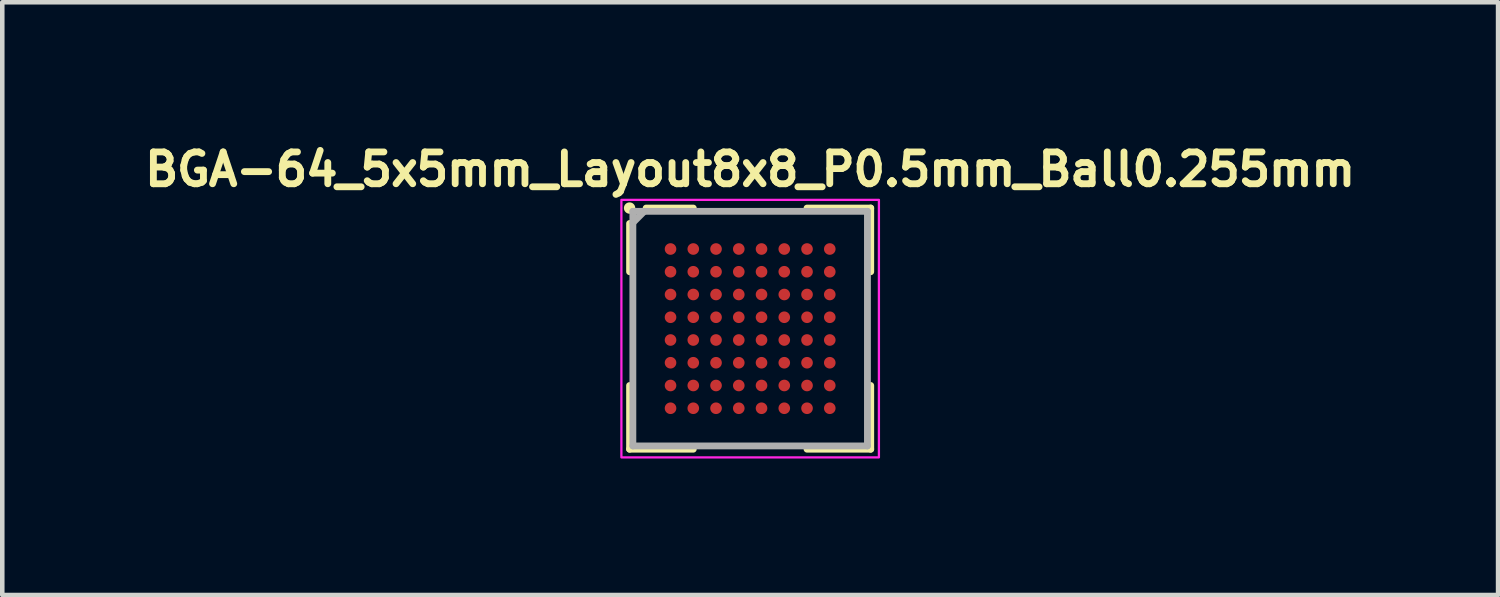
<source format=kicad_pcb>
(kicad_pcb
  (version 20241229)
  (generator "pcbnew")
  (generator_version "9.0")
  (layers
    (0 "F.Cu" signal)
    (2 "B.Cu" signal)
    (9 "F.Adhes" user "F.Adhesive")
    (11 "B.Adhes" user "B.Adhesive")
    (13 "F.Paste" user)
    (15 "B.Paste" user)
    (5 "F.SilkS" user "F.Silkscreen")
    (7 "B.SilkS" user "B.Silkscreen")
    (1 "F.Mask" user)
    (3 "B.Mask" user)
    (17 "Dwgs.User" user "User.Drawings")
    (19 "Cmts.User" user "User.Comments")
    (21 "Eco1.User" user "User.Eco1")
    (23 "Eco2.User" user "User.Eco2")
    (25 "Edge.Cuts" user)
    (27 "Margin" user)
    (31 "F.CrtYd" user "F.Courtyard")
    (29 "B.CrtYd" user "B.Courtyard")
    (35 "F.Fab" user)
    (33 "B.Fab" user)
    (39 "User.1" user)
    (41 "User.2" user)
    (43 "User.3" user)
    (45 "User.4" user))
  (footprint "BGA-64_5x5mm_Layout8x8_P0.5mm_Ball0.255mm"
    (layer "F.Cu")
    (at 13.438 4.173)
    (property "Reference" "BGA-64_5x5mm_Layout8x8_P0.5mm_Ball0.255mm" (at 0 -3.5 0) (layer "F.SilkS") (effects (font (size 0.7 0.7) (thickness 0.15))))
    (attr smd)
    (fp_line (start -2.65 -1.25) (end -2.65 -2.311) (stroke (width 0.15) (type solid)) (layer "F.SilkS"))
    (fp_line (start -2.65 2.65) (end -2.65 1.25) (stroke (width 0.15) (type solid)) (layer "F.SilkS"))
    (fp_line (start -2.286 -2.65) (end -1.25 -2.65) (stroke (width 0.15) (type solid)) (layer "F.SilkS"))
    (fp_line (start -1.25 2.65) (end -2.65 2.65) (stroke (width 0.15) (type solid)) (layer "F.SilkS"))
    (fp_line (start 1.25 -2.65) (end 2.65 -2.65) (stroke (width 0.15) (type solid)) (layer "F.SilkS"))
    (fp_line (start 2.65 -2.65) (end 2.65 -1.25) (stroke (width 0.15) (type solid)) (layer "F.SilkS"))
    (fp_line (start 2.65 1.25) (end 2.65 2.65) (stroke (width 0.15) (type solid)) (layer "F.SilkS"))
    (fp_line (start 2.65 2.65) (end 1.25 2.65) (stroke (width 0.15) (type solid)) (layer "F.SilkS"))
    (fp_circle (center -2.65 -2.65) (end -2.6 -2.65) (stroke (width 0.15) (type solid)) (fill yes) (layer "F.SilkS"))
    (fp_rect (start 2.83 2.83) (end -2.83 -2.83) (stroke (width 0.05) (type solid)) (fill no) (layer "F.CrtYd"))
    (fp_line (start -2.578 -2.578) (end -2.578 2.578) (stroke (width 0.15) (type solid)) (layer "F.Fab"))
    (fp_line (start -2.578 2.578) (end 2.578 2.578) (stroke (width 0.15) (type solid)) (layer "F.Fab"))
    (fp_line (start -2.328 -2.578) (end -2.578 -2.328) (stroke (width 0.15) (type solid)) (layer "F.Fab"))
    (fp_line (start 2.578 -2.578) (end -2.578 -2.578) (stroke (width 0.15) (type solid)) (layer "F.Fab"))
    (fp_line (start 2.578 2.578) (end 2.578 -2.578) (stroke (width 0.15) (type solid)) (layer "F.Fab"))
    (fp_rect (start -2.578 -2.578) (end 2.578 2.578) (stroke (width 0.1) (type solid)) (fill no) (layer "User.5"))
    (fp_line (start -2.578 -2.578) (end -2.578 2.578) (stroke (width 0.02) (type solid)) (layer "User.9"))
    (fp_line (start -2.578 2.578) (end 2.578 2.578) (stroke (width 0.02) (type solid)) (layer "User.9"))
    (fp_line (start 2.578 -2.578) (end -2.578 -2.578) (stroke (width 0.02) (type solid)) (layer "User.9"))
    (fp_line (start 2.578 2.578) (end 2.578 -2.578) (stroke (width 0.02) (type solid)) (layer "User.9"))
    (fp_circle (center -2.062 -2.062) (end -2.046 -2.19) (stroke (width 0.02) (type default)) (fill no) (layer "User.9"))
    (pad "A1" smd circle (at -1.75 -1.75) (size 0.255 0.255) (layers "F.Cu" "F.Mask" "F.Paste"))
    (pad "A2" smd circle (at -1.25 -1.75) (size 0.255 0.255) (layers "F.Cu" "F.Mask" "F.Paste"))
    (pad "A3" smd circle (at -0.75 -1.75) (size 0.255 0.255) (layers "F.Cu" "F.Mask" "F.Paste"))
    (pad "A4" smd circle (at -0.25 -1.75) (size 0.255 0.255) (layers "F.Cu" "F.Mask" "F.Paste"))
    (pad "A5" smd circle (at 0.25 -1.75) (size 0.255 0.255) (layers "F.Cu" "F.Mask" "F.Paste"))
    (pad "A6" smd circle (at 0.75 -1.75) (size 0.255 0.255) (layers "F.Cu" "F.Mask" "F.Paste"))
    (pad "A7" smd circle (at 1.25 -1.75) (size 0.255 0.255) (layers "F.Cu" "F.Mask" "F.Paste"))
    (pad "A8" smd circle (at 1.75 -1.75) (size 0.255 0.255) (layers "F.Cu" "F.Mask" "F.Paste"))
    (pad "B1" smd circle (at -1.75 -1.25) (size 0.255 0.255) (layers "F.Cu" "F.Mask" "F.Paste"))
    (pad "B2" smd circle (at -1.25 -1.25) (size 0.255 0.255) (layers "F.Cu" "F.Mask" "F.Paste"))
    (pad "B3" smd circle (at -0.75 -1.25) (size 0.255 0.255) (layers "F.Cu" "F.Mask" "F.Paste"))
    (pad "B4" smd circle (at -0.25 -1.25) (size 0.255 0.255) (layers "F.Cu" "F.Mask" "F.Paste"))
    (pad "B5" smd circle (at 0.25 -1.25) (size 0.255 0.255) (layers "F.Cu" "F.Mask" "F.Paste"))
    (pad "B6" smd circle (at 0.75 -1.25) (size 0.255 0.255) (layers "F.Cu" "F.Mask" "F.Paste"))
    (pad "B7" smd circle (at 1.25 -1.25) (size 0.255 0.255) (layers "F.Cu" "F.Mask" "F.Paste"))
    (pad "B8" smd circle (at 1.75 -1.25) (size 0.255 0.255) (layers "F.Cu" "F.Mask" "F.Paste"))
    (pad "C1" smd circle (at -1.75 -0.75) (size 0.255 0.255) (layers "F.Cu" "F.Mask" "F.Paste"))
    (pad "C2" smd circle (at -1.25 -0.75) (size 0.255 0.255) (layers "F.Cu" "F.Mask" "F.Paste"))
    (pad "C3" smd circle (at -0.75 -0.75) (size 0.255 0.255) (layers "F.Cu" "F.Mask" "F.Paste"))
    (pad "C4" smd circle (at -0.25 -0.75) (size 0.255 0.255) (layers "F.Cu" "F.Mask" "F.Paste"))
    (pad "C5" smd circle (at 0.25 -0.75) (size 0.255 0.255) (layers "F.Cu" "F.Mask" "F.Paste"))
    (pad "C6" smd circle (at 0.75 -0.75) (size 0.255 0.255) (layers "F.Cu" "F.Mask" "F.Paste"))
    (pad "C7" smd circle (at 1.25 -0.75) (size 0.255 0.255) (layers "F.Cu" "F.Mask" "F.Paste"))
    (pad "C8" smd circle (at 1.75 -0.75) (size 0.255 0.255) (layers "F.Cu" "F.Mask" "F.Paste"))
    (pad "D1" smd circle (at -1.75 -0.25) (size 0.255 0.255) (layers "F.Cu" "F.Mask" "F.Paste"))
    (pad "D2" smd circle (at -1.25 -0.25) (size 0.255 0.255) (layers "F.Cu" "F.Mask" "F.Paste"))
    (pad "D3" smd circle (at -0.75 -0.25) (size 0.255 0.255) (layers "F.Cu" "F.Mask" "F.Paste"))
    (pad "D4" smd circle (at -0.25 -0.25) (size 0.255 0.255) (layers "F.Cu" "F.Mask" "F.Paste"))
    (pad "D5" smd circle (at 0.25 -0.25) (size 0.255 0.255) (layers "F.Cu" "F.Mask" "F.Paste"))
    (pad "D6" smd circle (at 0.75 -0.25) (size 0.255 0.255) (layers "F.Cu" "F.Mask" "F.Paste"))
    (pad "D7" smd circle (at 1.25 -0.25) (size 0.255 0.255) (layers "F.Cu" "F.Mask" "F.Paste"))
    (pad "D8" smd circle (at 1.75 -0.25) (size 0.255 0.255) (layers "F.Cu" "F.Mask" "F.Paste"))
    (pad "E1" smd circle (at -1.75 0.25) (size 0.255 0.255) (layers "F.Cu" "F.Mask" "F.Paste"))
    (pad "E2" smd circle (at -1.25 0.25) (size 0.255 0.255) (layers "F.Cu" "F.Mask" "F.Paste"))
    (pad "E3" smd circle (at -0.75 0.25) (size 0.255 0.255) (layers "F.Cu" "F.Mask" "F.Paste"))
    (pad "E4" smd circle (at -0.25 0.25) (size 0.255 0.255) (layers "F.Cu" "F.Mask" "F.Paste"))
    (pad "E5" smd circle (at 0.25 0.25) (size 0.255 0.255) (layers "F.Cu" "F.Mask" "F.Paste"))
    (pad "E6" smd circle (at 0.75 0.25) (size 0.255 0.255) (layers "F.Cu" "F.Mask" "F.Paste"))
    (pad "E7" smd circle (at 1.25 0.25) (size 0.255 0.255) (layers "F.Cu" "F.Mask" "F.Paste"))
    (pad "E8" smd circle (at 1.75 0.25) (size 0.255 0.255) (layers "F.Cu" "F.Mask" "F.Paste"))
    (pad "F1" smd circle (at -1.75 0.75) (size 0.255 0.255) (layers "F.Cu" "F.Mask" "F.Paste"))
    (pad "F2" smd circle (at -1.25 0.75) (size 0.255 0.255) (layers "F.Cu" "F.Mask" "F.Paste"))
    (pad "F3" smd circle (at -0.75 0.75) (size 0.255 0.255) (layers "F.Cu" "F.Mask" "F.Paste"))
    (pad "F4" smd circle (at -0.25 0.75) (size 0.255 0.255) (layers "F.Cu" "F.Mask" "F.Paste"))
    (pad "F5" smd circle (at 0.25 0.75) (size 0.255 0.255) (layers "F.Cu" "F.Mask" "F.Paste"))
    (pad "F6" smd circle (at 0.75 0.75) (size 0.255 0.255) (layers "F.Cu" "F.Mask" "F.Paste"))
    (pad "F7" smd circle (at 1.25 0.75) (size 0.255 0.255) (layers "F.Cu" "F.Mask" "F.Paste"))
    (pad "F8" smd circle (at 1.75 0.75) (size 0.255 0.255) (layers "F.Cu" "F.Mask" "F.Paste"))
    (pad "G1" smd circle (at -1.75 1.25) (size 0.255 0.255) (layers "F.Cu" "F.Mask" "F.Paste"))
    (pad "G2" smd circle (at -1.25 1.25) (size 0.255 0.255) (layers "F.Cu" "F.Mask" "F.Paste"))
    (pad "G3" smd circle (at -0.75 1.25) (size 0.255 0.255) (layers "F.Cu" "F.Mask" "F.Paste"))
    (pad "G4" smd circle (at -0.25 1.25) (size 0.255 0.255) (layers "F.Cu" "F.Mask" "F.Paste"))
    (pad "G5" smd circle (at 0.25 1.25) (size 0.255 0.255) (layers "F.Cu" "F.Mask" "F.Paste"))
    (pad "G6" smd circle (at 0.75 1.25) (size 0.255 0.255) (layers "F.Cu" "F.Mask" "F.Paste"))
    (pad "G7" smd circle (at 1.25 1.25) (size 0.255 0.255) (layers "F.Cu" "F.Mask" "F.Paste"))
    (pad "G8" smd circle (at 1.75 1.25) (size 0.255 0.255) (layers "F.Cu" "F.Mask" "F.Paste"))
    (pad "H1" smd circle (at -1.75 1.75) (size 0.255 0.255) (layers "F.Cu" "F.Mask" "F.Paste"))
    (pad "H2" smd circle (at -1.25 1.75) (size 0.255 0.255) (layers "F.Cu" "F.Mask" "F.Paste"))
    (pad "H3" smd circle (at -0.75 1.75) (size 0.255 0.255) (layers "F.Cu" "F.Mask" "F.Paste"))
    (pad "H4" smd circle (at -0.25 1.75) (size 0.255 0.255) (layers "F.Cu" "F.Mask" "F.Paste"))
    (pad "H5" smd circle (at 0.25 1.75) (size 0.255 0.255) (layers "F.Cu" "F.Mask" "F.Paste"))
    (pad "H6" smd circle (at 0.75 1.75) (size 0.255 0.255) (layers "F.Cu" "F.Mask" "F.Paste"))
    (pad "H7" smd circle (at 1.25 1.75) (size 0.255 0.255) (layers "F.Cu" "F.Mask" "F.Paste"))
    (pad "H8" smd circle (at 1.75 1.75) (size 0.255 0.255) (layers "F.Cu" "F.Mask" "F.Paste")))
  (gr_rect
    (start -3 -3)
    (end 29.877 10.028)
    (stroke (width 0.1) (type default))
    (fill no)
    (layer "Edge.Cuts")))
</source>
